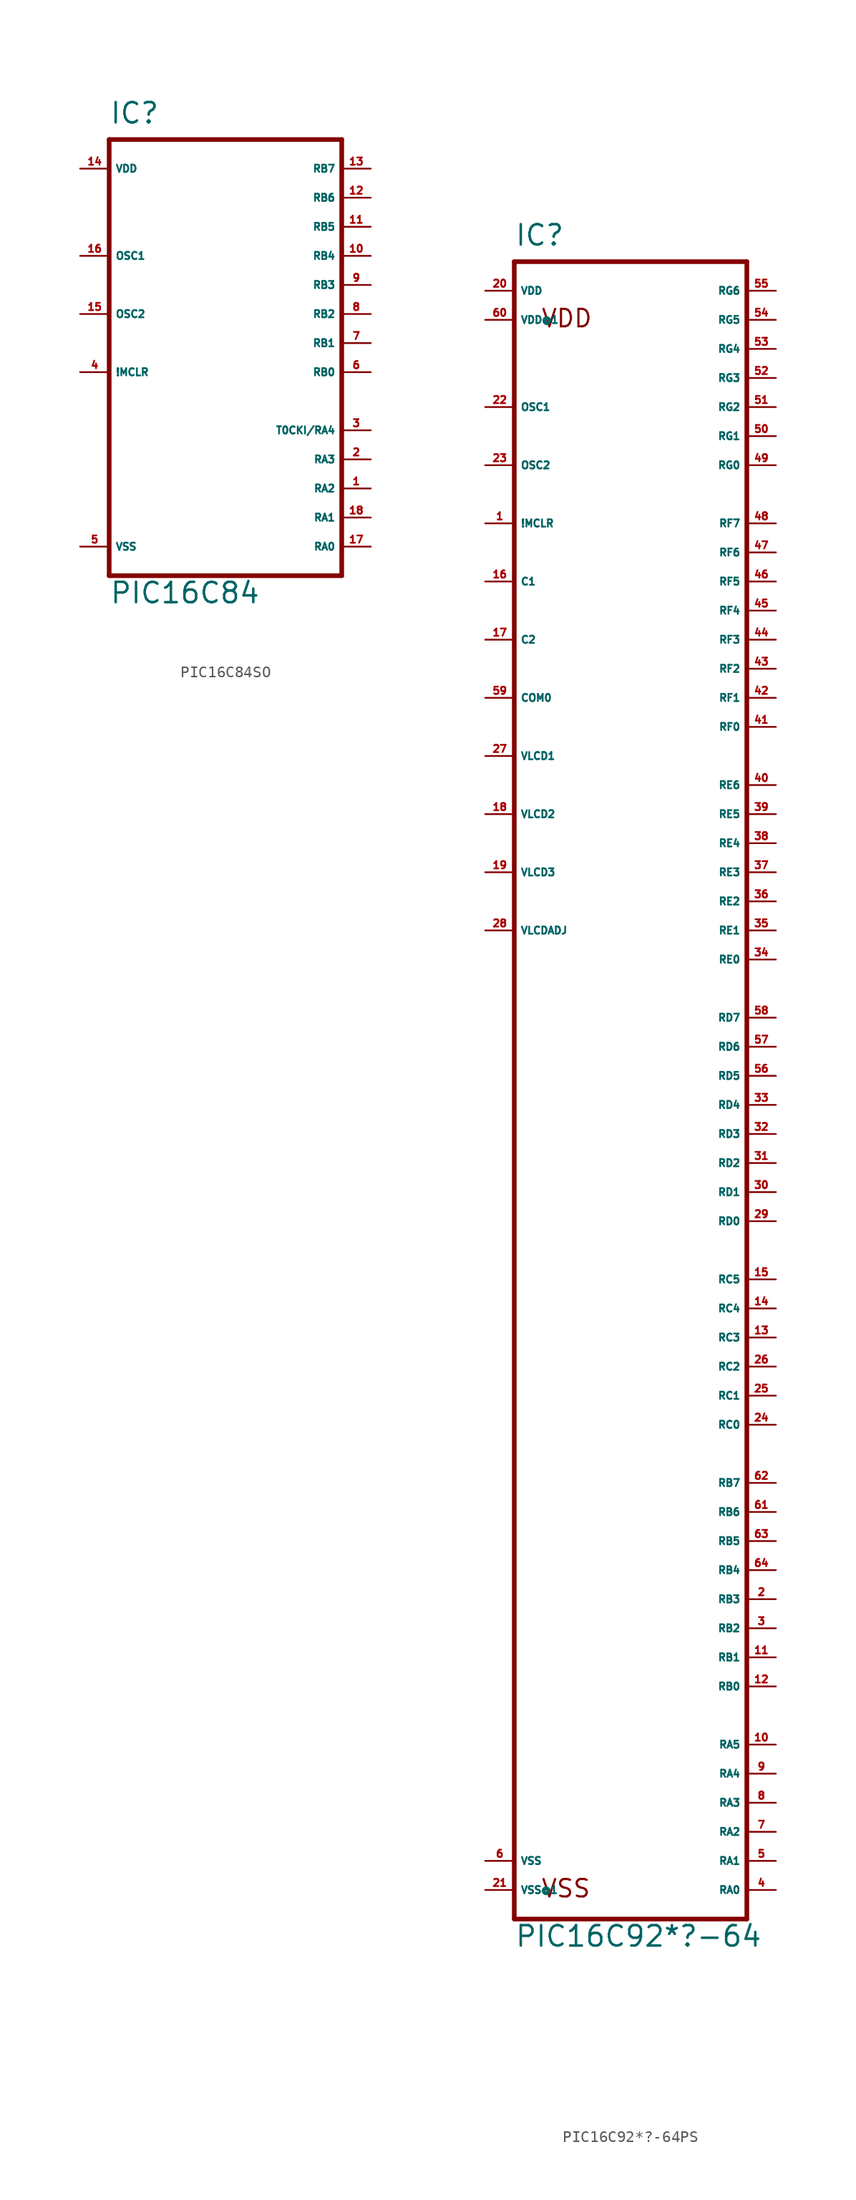
<source format=kicad_sym>
(kicad_symbol_lib
  (version 20220914)
  (generator Eagle2Kicad)
  (symbol "PIC16C84SO"
    (property "Reference" "IC"
      (at -10.16 19.05 0)
      (effects (font (size 1.778 1.778) (thickness 0.22)) (justify left bottom)))
    (property "Value" "PIC16C84"
      (at -10.16 -22.86 0)
      (effects (font (size 1.778 1.778) (thickness 0.22)) (justify left bottom)))
    (polyline
      (pts (xy 10.16 -20.32) (xy -10.16 -20.32))
      (stroke (width 0.406) (type default))
      (fill (type none)))
    (polyline
      (pts (xy -10.16 -20.32) (xy -10.16 17.78))
      (stroke (width 0.406) (type default))
      (fill (type none)))
    (polyline
      (pts (xy -10.16 17.78) (xy 10.16 17.78))
      (stroke (width 0.406) (type default))
      (fill (type none)))
    (polyline
      (pts (xy 10.16 17.78) (xy 10.16 -20.32))
      (stroke (width 0.406) (type default))
      (fill (type none)))
    (pin input line
      (at -12.7 -2.54 0)
      (length 2.54)
      (name "!MCLR" (effects (font (size 0.635 0.635) (thickness 0.08)) (justify left bottom)))
      (number "4" (effects (font (size 0.635 0.635) (thickness 0.08)) (justify left bottom))))
    (pin input line
      (at -12.7 7.62 0)
      (length 2.54)
      (name "OSC1" (effects (font (size 0.635 0.635) (thickness 0.08)) (justify left bottom)))
      (number "16" (effects (font (size 0.635 0.635) (thickness 0.08)) (justify left bottom))))
    (pin bidirectional line
      (at 12.7 -17.78 180)
      (length 2.54)
      (name "RA0" (effects (font (size 0.635 0.635) (thickness 0.08)) (justify left bottom)))
      (number "17" (effects (font (size 0.635 0.635) (thickness 0.08)) (justify left bottom))))
    (pin bidirectional line
      (at 12.7 -15.24 180)
      (length 2.54)
      (name "RA1" (effects (font (size 0.635 0.635) (thickness 0.08)) (justify left bottom)))
      (number "18" (effects (font (size 0.635 0.635) (thickness 0.08)) (justify left bottom))))
    (pin bidirectional line
      (at 12.7 -12.7 180)
      (length 2.54)
      (name "RA2" (effects (font (size 0.635 0.635) (thickness 0.08)) (justify left bottom)))
      (number "1" (effects (font (size 0.635 0.635) (thickness 0.08)) (justify left bottom))))
    (pin bidirectional line
      (at 12.7 -10.16 180)
      (length 2.54)
      (name "RA3" (effects (font (size 0.635 0.635) (thickness 0.08)) (justify left bottom)))
      (number "2" (effects (font (size 0.635 0.635) (thickness 0.08)) (justify left bottom))))
    (pin bidirectional line
      (at 12.7 -7.62 180)
      (length 2.54)
      (name "T0CKI/RA4" (effects (font (size 0.635 0.635) (thickness 0.08)) (justify left bottom)))
      (number "3" (effects (font (size 0.635 0.635) (thickness 0.08)) (justify left bottom))))
    (pin bidirectional line
      (at 12.7 -2.54 180)
      (length 2.54)
      (name "RB0" (effects (font (size 0.635 0.635) (thickness 0.08)) (justify left bottom)))
      (number "6" (effects (font (size 0.635 0.635) (thickness 0.08)) (justify left bottom))))
    (pin bidirectional line
      (at 12.7 0 180)
      (length 2.54)
      (name "RB1" (effects (font (size 0.635 0.635) (thickness 0.08)) (justify left bottom)))
      (number "7" (effects (font (size 0.635 0.635) (thickness 0.08)) (justify left bottom))))
    (pin bidirectional line
      (at 12.7 2.54 180)
      (length 2.54)
      (name "RB2" (effects (font (size 0.635 0.635) (thickness 0.08)) (justify left bottom)))
      (number "8" (effects (font (size 0.635 0.635) (thickness 0.08)) (justify left bottom))))
    (pin bidirectional line
      (at 12.7 5.08 180)
      (length 2.54)
      (name "RB3" (effects (font (size 0.635 0.635) (thickness 0.08)) (justify left bottom)))
      (number "9" (effects (font (size 0.635 0.635) (thickness 0.08)) (justify left bottom))))
    (pin bidirectional line
      (at 12.7 7.62 180)
      (length 2.54)
      (name "RB4" (effects (font (size 0.635 0.635) (thickness 0.08)) (justify left bottom)))
      (number "10" (effects (font (size 0.635 0.635) (thickness 0.08)) (justify left bottom))))
    (pin bidirectional line
      (at 12.7 10.16 180)
      (length 2.54)
      (name "RB5" (effects (font (size 0.635 0.635) (thickness 0.08)) (justify left bottom)))
      (number "11" (effects (font (size 0.635 0.635) (thickness 0.08)) (justify left bottom))))
    (pin bidirectional line
      (at 12.7 12.7 180)
      (length 2.54)
      (name "RB6" (effects (font (size 0.635 0.635) (thickness 0.08)) (justify left bottom)))
      (number "12" (effects (font (size 0.635 0.635) (thickness 0.08)) (justify left bottom))))
    (pin bidirectional line
      (at 12.7 15.24 180)
      (length 2.54)
      (name "RB7" (effects (font (size 0.635 0.635) (thickness 0.08)) (justify left bottom)))
      (number "13" (effects (font (size 0.635 0.635) (thickness 0.08)) (justify left bottom))))
    (pin output line
      (at -12.7 2.54 0)
      (length 2.54)
      (name "OSC2" (effects (font (size 0.635 0.635) (thickness 0.08)) (justify left bottom)))
      (number "15" (effects (font (size 0.635 0.635) (thickness 0.08)) (justify left bottom))))
    (pin unspecified line
      (at -12.7 -17.78 0)
      (length 2.54)
      (name "VSS" (effects (font (size 0.635 0.635) (thickness 0.08)) (justify left bottom)))
      (number "5" (effects (font (size 0.635 0.635) (thickness 0.08)) (justify left bottom))))
    (pin unspecified line
      (at -12.7 15.24 0)
      (length 2.54)
      (name "VDD" (effects (font (size 0.635 0.635) (thickness 0.08)) (justify left bottom)))
      (number "14" (effects (font (size 0.635 0.635) (thickness 0.08)) (justify left bottom)))))
  (symbol "PIC16C92*?-64PS"
    (property "Reference" "IC"
      (at -10.16 69.85 0)
      (effects (font (size 1.778 1.778) (thickness 0.22)) (justify left bottom)))
    (property "Value" "PIC16C92*?-64"
      (at -10.16 -78.74 0)
      (effects (font (size 1.778 1.778) (thickness 0.22)) (justify left bottom)))
    (polyline
      (pts (xy -10.16 -76.2) (xy 10.16 -76.2))
      (stroke (width 0.406) (type default))
      (fill (type none)))
    (polyline
      (pts (xy 10.16 -76.2) (xy 10.16 68.58))
      (stroke (width 0.406) (type default))
      (fill (type none)))
    (polyline
      (pts (xy 10.16 68.58) (xy -10.16 68.58))
      (stroke (width 0.406) (type default))
      (fill (type none)))
    (polyline
      (pts (xy -10.16 68.58) (xy -10.16 -76.2))
      (stroke (width 0.406) (type default))
      (fill (type none)))
    (text "VDD"
      (at -7.874 62.738 0)
      (effects (font (size 1.524 1.524) (thickness 0.19)) (justify left bottom)))
    (text "VSS"
      (at -7.874 -74.422 0)
      (effects (font (size 1.524 1.524) (thickness 0.19)) (justify left bottom)))
    (pin input line
      (at -12.7 45.72 0)
      (length 2.54)
      (name "!MCLR" (effects (font (size 0.635 0.635) (thickness 0.08)) (justify left bottom)))
      (number "1" (effects (font (size 0.635 0.635) (thickness 0.08)) (justify left bottom))))
    (pin input line
      (at -12.7 55.88 0)
      (length 2.54)
      (name "OSC1" (effects (font (size 0.635 0.635) (thickness 0.08)) (justify left bottom)))
      (number "22" (effects (font (size 0.635 0.635) (thickness 0.08)) (justify left bottom))))
    (pin bidirectional line
      (at 12.7 -73.66 180)
      (length 2.54)
      (name "RA0" (effects (font (size 0.635 0.635) (thickness 0.08)) (justify left bottom)))
      (number "4" (effects (font (size 0.635 0.635) (thickness 0.08)) (justify left bottom))))
    (pin bidirectional line
      (at 12.7 -71.12 180)
      (length 2.54)
      (name "RA1" (effects (font (size 0.635 0.635) (thickness 0.08)) (justify left bottom)))
      (number "5" (effects (font (size 0.635 0.635) (thickness 0.08)) (justify left bottom))))
    (pin bidirectional line
      (at 12.7 -68.58 180)
      (length 2.54)
      (name "RA2" (effects (font (size 0.635 0.635) (thickness 0.08)) (justify left bottom)))
      (number "7" (effects (font (size 0.635 0.635) (thickness 0.08)) (justify left bottom))))
    (pin bidirectional line
      (at 12.7 -66.04 180)
      (length 2.54)
      (name "RA3" (effects (font (size 0.635 0.635) (thickness 0.08)) (justify left bottom)))
      (number "8" (effects (font (size 0.635 0.635) (thickness 0.08)) (justify left bottom))))
    (pin bidirectional line
      (at 12.7 -53.34 180)
      (length 2.54)
      (name "RB1" (effects (font (size 0.635 0.635) (thickness 0.08)) (justify left bottom)))
      (number "11" (effects (font (size 0.635 0.635) (thickness 0.08)) (justify left bottom))))
    (pin bidirectional line
      (at 12.7 -50.8 180)
      (length 2.54)
      (name "RB2" (effects (font (size 0.635 0.635) (thickness 0.08)) (justify left bottom)))
      (number "3" (effects (font (size 0.635 0.635) (thickness 0.08)) (justify left bottom))))
    (pin bidirectional line
      (at 12.7 -48.26 180)
      (length 2.54)
      (name "RB3" (effects (font (size 0.635 0.635) (thickness 0.08)) (justify left bottom)))
      (number "2" (effects (font (size 0.635 0.635) (thickness 0.08)) (justify left bottom))))
    (pin bidirectional line
      (at 12.7 -60.96 180)
      (length 2.54)
      (name "RA5" (effects (font (size 0.635 0.635) (thickness 0.08)) (justify left bottom)))
      (number "10" (effects (font (size 0.635 0.635) (thickness 0.08)) (justify left bottom))))
    (pin bidirectional line
      (at 12.7 -45.72 180)
      (length 2.54)
      (name "RB4" (effects (font (size 0.635 0.635) (thickness 0.08)) (justify left bottom)))
      (number "64" (effects (font (size 0.635 0.635) (thickness 0.08)) (justify left bottom))))
    (pin bidirectional line
      (at 12.7 -43.18 180)
      (length 2.54)
      (name "RB5" (effects (font (size 0.635 0.635) (thickness 0.08)) (justify left bottom)))
      (number "63" (effects (font (size 0.635 0.635) (thickness 0.08)) (justify left bottom))))
    (pin bidirectional line
      (at 12.7 -40.64 180)
      (length 2.54)
      (name "RB6" (effects (font (size 0.635 0.635) (thickness 0.08)) (justify left bottom)))
      (number "61" (effects (font (size 0.635 0.635) (thickness 0.08)) (justify left bottom))))
    (pin bidirectional line
      (at 12.7 -38.1 180)
      (length 2.54)
      (name "RB7" (effects (font (size 0.635 0.635) (thickness 0.08)) (justify left bottom)))
      (number "62" (effects (font (size 0.635 0.635) (thickness 0.08)) (justify left bottom))))
    (pin bidirectional line
      (at 12.7 -33.02 180)
      (length 2.54)
      (name "RC0" (effects (font (size 0.635 0.635) (thickness 0.08)) (justify left bottom)))
      (number "24" (effects (font (size 0.635 0.635) (thickness 0.08)) (justify left bottom))))
    (pin bidirectional line
      (at 12.7 -30.48 180)
      (length 2.54)
      (name "RC1" (effects (font (size 0.635 0.635) (thickness 0.08)) (justify left bottom)))
      (number "25" (effects (font (size 0.635 0.635) (thickness 0.08)) (justify left bottom))))
    (pin bidirectional line
      (at 12.7 -27.94 180)
      (length 2.54)
      (name "RC2" (effects (font (size 0.635 0.635) (thickness 0.08)) (justify left bottom)))
      (number "26" (effects (font (size 0.635 0.635) (thickness 0.08)) (justify left bottom))))
    (pin bidirectional line
      (at 12.7 -25.4 180)
      (length 2.54)
      (name "RC3" (effects (font (size 0.635 0.635) (thickness 0.08)) (justify left bottom)))
      (number "13" (effects (font (size 0.635 0.635) (thickness 0.08)) (justify left bottom))))
    (pin bidirectional line
      (at 12.7 -15.24 180)
      (length 2.54)
      (name "RD0" (effects (font (size 0.635 0.635) (thickness 0.08)) (justify left bottom)))
      (number "29" (effects (font (size 0.635 0.635) (thickness 0.08)) (justify left bottom))))
    (pin bidirectional line
      (at 12.7 -12.7 180)
      (length 2.54)
      (name "RD1" (effects (font (size 0.635 0.635) (thickness 0.08)) (justify left bottom)))
      (number "30" (effects (font (size 0.635 0.635) (thickness 0.08)) (justify left bottom))))
    (pin bidirectional line
      (at 12.7 -10.16 180)
      (length 2.54)
      (name "RD2" (effects (font (size 0.635 0.635) (thickness 0.08)) (justify left bottom)))
      (number "31" (effects (font (size 0.635 0.635) (thickness 0.08)) (justify left bottom))))
    (pin bidirectional line
      (at 12.7 -7.62 180)
      (length 2.54)
      (name "RD3" (effects (font (size 0.635 0.635) (thickness 0.08)) (justify left bottom)))
      (number "32" (effects (font (size 0.635 0.635) (thickness 0.08)) (justify left bottom))))
    (pin bidirectional line
      (at 12.7 -5.08 180)
      (length 2.54)
      (name "RD4" (effects (font (size 0.635 0.635) (thickness 0.08)) (justify left bottom)))
      (number "33" (effects (font (size 0.635 0.635) (thickness 0.08)) (justify left bottom))))
    (pin bidirectional line
      (at 12.7 -2.54 180)
      (length 2.54)
      (name "RD5" (effects (font (size 0.635 0.635) (thickness 0.08)) (justify left bottom)))
      (number "56" (effects (font (size 0.635 0.635) (thickness 0.08)) (justify left bottom))))
    (pin bidirectional line
      (at 12.7 0 180)
      (length 2.54)
      (name "RD6" (effects (font (size 0.635 0.635) (thickness 0.08)) (justify left bottom)))
      (number "57" (effects (font (size 0.635 0.635) (thickness 0.08)) (justify left bottom))))
    (pin bidirectional line
      (at 12.7 2.54 180)
      (length 2.54)
      (name "RD7" (effects (font (size 0.635 0.635) (thickness 0.08)) (justify left bottom)))
      (number "58" (effects (font (size 0.635 0.635) (thickness 0.08)) (justify left bottom))))
    (pin bidirectional line
      (at 12.7 7.62 180)
      (length 2.54)
      (name "RE0" (effects (font (size 0.635 0.635) (thickness 0.08)) (justify left bottom)))
      (number "34" (effects (font (size 0.635 0.635) (thickness 0.08)) (justify left bottom))))
    (pin bidirectional line
      (at 12.7 10.16 180)
      (length 2.54)
      (name "RE1" (effects (font (size 0.635 0.635) (thickness 0.08)) (justify left bottom)))
      (number "35" (effects (font (size 0.635 0.635) (thickness 0.08)) (justify left bottom))))
    (pin bidirectional line
      (at 12.7 12.7 180)
      (length 2.54)
      (name "RE2" (effects (font (size 0.635 0.635) (thickness 0.08)) (justify left bottom)))
      (number "36" (effects (font (size 0.635 0.635) (thickness 0.08)) (justify left bottom))))
    (pin input line
      (at -12.7 40.64 0)
      (length 2.54)
      (name "C1" (effects (font (size 0.635 0.635) (thickness 0.08)) (justify left bottom)))
      (number "16" (effects (font (size 0.635 0.635) (thickness 0.08)) (justify left bottom))))
    (pin input line
      (at -12.7 35.56 0)
      (length 2.54)
      (name "C2" (effects (font (size 0.635 0.635) (thickness 0.08)) (justify left bottom)))
      (number "17" (effects (font (size 0.635 0.635) (thickness 0.08)) (justify left bottom))))
    (pin input line
      (at -12.7 25.4 0)
      (length 2.54)
      (name "VLCD1" (effects (font (size 0.635 0.635) (thickness 0.08)) (justify left bottom)))
      (number "27" (effects (font (size 0.635 0.635) (thickness 0.08)) (justify left bottom))))
    (pin input line
      (at -12.7 10.16 0)
      (length 2.54)
      (name "VLCDADJ" (effects (font (size 0.635 0.635) (thickness 0.08)) (justify left bottom)))
      (number "28" (effects (font (size 0.635 0.635) (thickness 0.08)) (justify left bottom))))
    (pin unspecified line
      (at -12.7 66.04 0)
      (length 2.54)
      (name "VDD" (effects (font (size 0.635 0.635) (thickness 0.08)) (justify left bottom)))
      (number "20" (effects (font (size 0.635 0.635) (thickness 0.08)) (justify left bottom))))
    (pin unspecified line
      (at -12.7 63.5 0)
      (length 2.54)
      (name "VDD@1" (effects (font (size 0.635 0.635) (thickness 0.08)) (justify left bottom)))
      (number "60" (effects (font (size 0.635 0.635) (thickness 0.08)) (justify left bottom))))
    (pin unspecified line
      (at -12.7 -71.12 0)
      (length 2.54)
      (name "VSS" (effects (font (size 0.635 0.635) (thickness 0.08)) (justify left bottom)))
      (number "6" (effects (font (size 0.635 0.635) (thickness 0.08)) (justify left bottom))))
    (pin unspecified line
      (at -12.7 -73.66 0)
      (length 2.54)
      (name "VSS@1" (effects (font (size 0.635 0.635) (thickness 0.08)) (justify left bottom)))
      (number "21" (effects (font (size 0.635 0.635) (thickness 0.08)) (justify left bottom))))
    (pin bidirectional line
      (at 12.7 -22.86 180)
      (length 2.54)
      (name "RC4" (effects (font (size 0.635 0.635) (thickness 0.08)) (justify left bottom)))
      (number "14" (effects (font (size 0.635 0.635) (thickness 0.08)) (justify left bottom))))
    (pin bidirectional line
      (at 12.7 -20.32 180)
      (length 2.54)
      (name "RC5" (effects (font (size 0.635 0.635) (thickness 0.08)) (justify left bottom)))
      (number "15" (effects (font (size 0.635 0.635) (thickness 0.08)) (justify left bottom))))
    (pin output line
      (at -12.7 50.8 0)
      (length 2.54)
      (name "OSC2" (effects (font (size 0.635 0.635) (thickness 0.08)) (justify left bottom)))
      (number "23" (effects (font (size 0.635 0.635) (thickness 0.08)) (justify left bottom))))
    (pin bidirectional line
      (at 12.7 -55.88 180)
      (length 2.54)
      (name "RB0" (effects (font (size 0.635 0.635) (thickness 0.08)) (justify left bottom)))
      (number "12" (effects (font (size 0.635 0.635) (thickness 0.08)) (justify left bottom))))
    (pin bidirectional line
      (at 12.7 -63.5 180)
      (length 2.54)
      (name "RA4" (effects (font (size 0.635 0.635) (thickness 0.08)) (justify left bottom)))
      (number "9" (effects (font (size 0.635 0.635) (thickness 0.08)) (justify left bottom))))
    (pin bidirectional line
      (at 12.7 15.24 180)
      (length 2.54)
      (name "RE3" (effects (font (size 0.635 0.635) (thickness 0.08)) (justify left bottom)))
      (number "37" (effects (font (size 0.635 0.635) (thickness 0.08)) (justify left bottom))))
    (pin bidirectional line
      (at 12.7 17.78 180)
      (length 2.54)
      (name "RE4" (effects (font (size 0.635 0.635) (thickness 0.08)) (justify left bottom)))
      (number "38" (effects (font (size 0.635 0.635) (thickness 0.08)) (justify left bottom))))
    (pin bidirectional line
      (at 12.7 20.32 180)
      (length 2.54)
      (name "RE5" (effects (font (size 0.635 0.635) (thickness 0.08)) (justify left bottom)))
      (number "39" (effects (font (size 0.635 0.635) (thickness 0.08)) (justify left bottom))))
    (pin bidirectional line
      (at 12.7 22.86 180)
      (length 2.54)
      (name "RE6" (effects (font (size 0.635 0.635) (thickness 0.08)) (justify left bottom)))
      (number "40" (effects (font (size 0.635 0.635) (thickness 0.08)) (justify left bottom))))
    (pin bidirectional line
      (at 12.7 27.94 180)
      (length 2.54)
      (name "RF0" (effects (font (size 0.635 0.635) (thickness 0.08)) (justify left bottom)))
      (number "41" (effects (font (size 0.635 0.635) (thickness 0.08)) (justify left bottom))))
    (pin bidirectional line
      (at 12.7 30.48 180)
      (length 2.54)
      (name "RF1" (effects (font (size 0.635 0.635) (thickness 0.08)) (justify left bottom)))
      (number "42" (effects (font (size 0.635 0.635) (thickness 0.08)) (justify left bottom))))
    (pin bidirectional line
      (at 12.7 33.02 180)
      (length 2.54)
      (name "RF2" (effects (font (size 0.635 0.635) (thickness 0.08)) (justify left bottom)))
      (number "43" (effects (font (size 0.635 0.635) (thickness 0.08)) (justify left bottom))))
    (pin bidirectional line
      (at 12.7 35.56 180)
      (length 2.54)
      (name "RF3" (effects (font (size 0.635 0.635) (thickness 0.08)) (justify left bottom)))
      (number "44" (effects (font (size 0.635 0.635) (thickness 0.08)) (justify left bottom))))
    (pin bidirectional line
      (at 12.7 38.1 180)
      (length 2.54)
      (name "RF4" (effects (font (size 0.635 0.635) (thickness 0.08)) (justify left bottom)))
      (number "45" (effects (font (size 0.635 0.635) (thickness 0.08)) (justify left bottom))))
    (pin bidirectional line
      (at 12.7 40.64 180)
      (length 2.54)
      (name "RF5" (effects (font (size 0.635 0.635) (thickness 0.08)) (justify left bottom)))
      (number "46" (effects (font (size 0.635 0.635) (thickness 0.08)) (justify left bottom))))
    (pin bidirectional line
      (at 12.7 43.18 180)
      (length 2.54)
      (name "RF6" (effects (font (size 0.635 0.635) (thickness 0.08)) (justify left bottom)))
      (number "47" (effects (font (size 0.635 0.635) (thickness 0.08)) (justify left bottom))))
    (pin bidirectional line
      (at 12.7 45.72 180)
      (length 2.54)
      (name "RF7" (effects (font (size 0.635 0.635) (thickness 0.08)) (justify left bottom)))
      (number "48" (effects (font (size 0.635 0.635) (thickness 0.08)) (justify left bottom))))
    (pin bidirectional line
      (at 12.7 50.8 180)
      (length 2.54)
      (name "RG0" (effects (font (size 0.635 0.635) (thickness 0.08)) (justify left bottom)))
      (number "49" (effects (font (size 0.635 0.635) (thickness 0.08)) (justify left bottom))))
    (pin bidirectional line
      (at 12.7 53.34 180)
      (length 2.54)
      (name "RG1" (effects (font (size 0.635 0.635) (thickness 0.08)) (justify left bottom)))
      (number "50" (effects (font (size 0.635 0.635) (thickness 0.08)) (justify left bottom))))
    (pin bidirectional line
      (at 12.7 55.88 180)
      (length 2.54)
      (name "RG2" (effects (font (size 0.635 0.635) (thickness 0.08)) (justify left bottom)))
      (number "51" (effects (font (size 0.635 0.635) (thickness 0.08)) (justify left bottom))))
    (pin bidirectional line
      (at 12.7 58.42 180)
      (length 2.54)
      (name "RG3" (effects (font (size 0.635 0.635) (thickness 0.08)) (justify left bottom)))
      (number "52" (effects (font (size 0.635 0.635) (thickness 0.08)) (justify left bottom))))
    (pin bidirectional line
      (at 12.7 60.96 180)
      (length 2.54)
      (name "RG4" (effects (font (size 0.635 0.635) (thickness 0.08)) (justify left bottom)))
      (number "53" (effects (font (size 0.635 0.635) (thickness 0.08)) (justify left bottom))))
    (pin bidirectional line
      (at 12.7 63.5 180)
      (length 2.54)
      (name "RG5" (effects (font (size 0.635 0.635) (thickness 0.08)) (justify left bottom)))
      (number "54" (effects (font (size 0.635 0.635) (thickness 0.08)) (justify left bottom))))
    (pin bidirectional line
      (at 12.7 66.04 180)
      (length 2.54)
      (name "RG6" (effects (font (size 0.635 0.635) (thickness 0.08)) (justify left bottom)))
      (number "55" (effects (font (size 0.635 0.635) (thickness 0.08)) (justify left bottom))))
    (pin output line
      (at -12.7 30.48 0)
      (length 2.54)
      (name "COM0" (effects (font (size 0.635 0.635) (thickness 0.08)) (justify left bottom)))
      (number "59" (effects (font (size 0.635 0.635) (thickness 0.08)) (justify left bottom))))
    (pin input line
      (at -12.7 20.32 0)
      (length 2.54)
      (name "VLCD2" (effects (font (size 0.635 0.635) (thickness 0.08)) (justify left bottom)))
      (number "18" (effects (font (size 0.635 0.635) (thickness 0.08)) (justify left bottom))))
    (pin input line
      (at -12.7 15.24 0)
      (length 2.54)
      (name "VLCD3" (effects (font (size 0.635 0.635) (thickness 0.08)) (justify left bottom)))
      (number "19" (effects (font (size 0.635 0.635) (thickness 0.08)) (justify left bottom))))))
</source>
